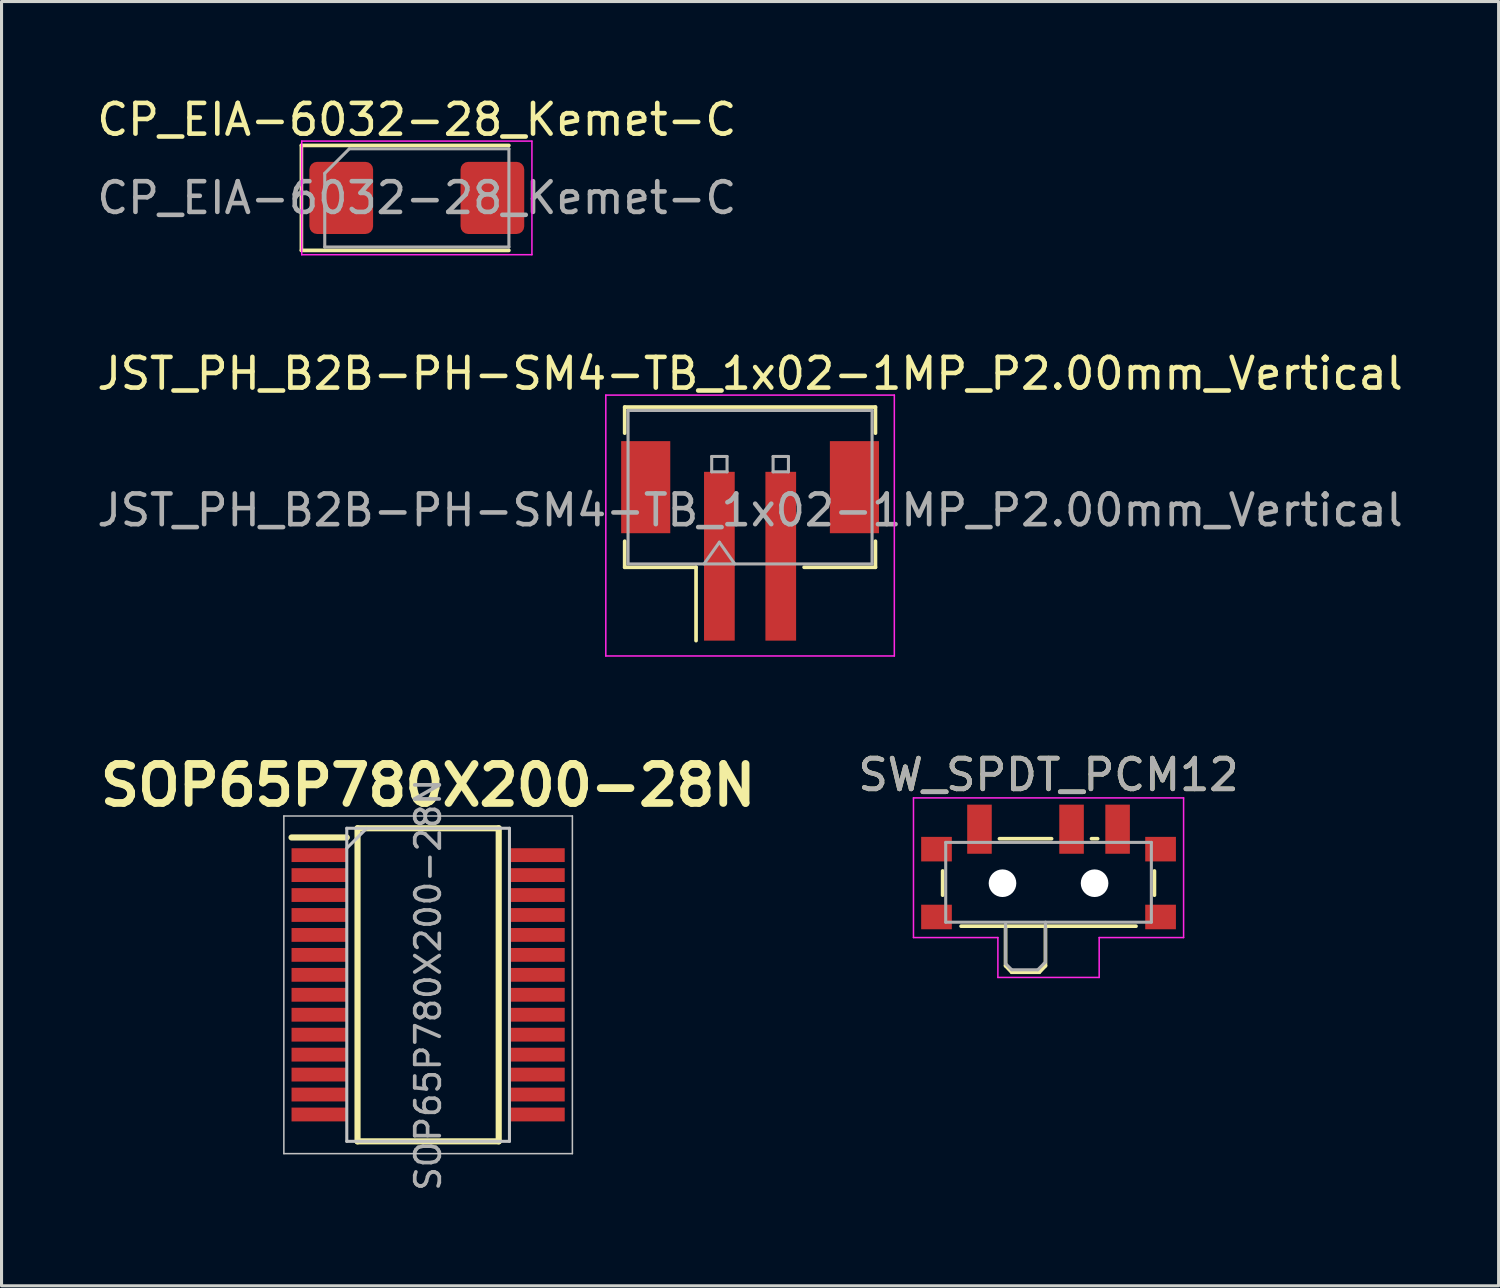
<source format=kicad_pcb>
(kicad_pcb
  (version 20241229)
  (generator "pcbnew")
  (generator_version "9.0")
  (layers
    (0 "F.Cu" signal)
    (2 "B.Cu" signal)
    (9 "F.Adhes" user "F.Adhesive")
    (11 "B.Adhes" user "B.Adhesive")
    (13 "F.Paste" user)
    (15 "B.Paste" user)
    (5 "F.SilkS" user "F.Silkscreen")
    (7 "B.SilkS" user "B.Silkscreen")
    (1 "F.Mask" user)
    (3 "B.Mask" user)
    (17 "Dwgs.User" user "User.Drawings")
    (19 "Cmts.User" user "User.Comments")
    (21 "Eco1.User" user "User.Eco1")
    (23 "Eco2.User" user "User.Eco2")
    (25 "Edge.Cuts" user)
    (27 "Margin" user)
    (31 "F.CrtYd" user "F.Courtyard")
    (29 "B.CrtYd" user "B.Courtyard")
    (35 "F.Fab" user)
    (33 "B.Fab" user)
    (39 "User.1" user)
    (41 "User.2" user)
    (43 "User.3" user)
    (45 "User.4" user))
  (footprint "JST_PH_B2B-PH-SM4-TB_1x02-1MP_P2.00mm_Vertical"
    (layer "F.Cu")
    (at 21.387 14.572)
    (property "Reference" "JST_PH_B2B-PH-SM4-TB_1x02-1MP_P2.00mm_Vertical" (at 0 -5.45 0) (layer "F.SilkS") (effects (font (size 1 1) (thickness 0.15))))
    (attr smd)
    (fp_line (start -4.085 -4.36) (end 4.085 -4.36) (stroke (width 0.12) (type solid)) (layer "F.SilkS"))
    (fp_line (start -4.085 -3.51) (end -4.085 -4.36) (stroke (width 0.12) (type solid)) (layer "F.SilkS"))
    (fp_line (start -4.085 0.01) (end -4.085 0.86) (stroke (width 0.12) (type solid)) (layer "F.SilkS"))
    (fp_line (start -4.085 0.86) (end -1.76 0.86) (stroke (width 0.12) (type solid)) (layer "F.SilkS"))
    (fp_line (start -1.76 0.86) (end -1.76 3.25) (stroke (width 0.12) (type solid)) (layer "F.SilkS"))
    (fp_line (start 4.085 -4.36) (end 4.085 -3.51) (stroke (width 0.12) (type solid)) (layer "F.SilkS"))
    (fp_line (start 4.085 0.01) (end 4.085 0.86) (stroke (width 0.12) (type solid)) (layer "F.SilkS"))
    (fp_line (start 4.085 0.86) (end 1.76 0.86) (stroke (width 0.12) (type solid)) (layer "F.SilkS"))
    (fp_line (start -4.7 -4.75) (end -4.7 3.75) (stroke (width 0.05) (type solid)) (layer "F.CrtYd"))
    (fp_line (start -4.7 3.75) (end 4.7 3.75) (stroke (width 0.05) (type solid)) (layer "F.CrtYd"))
    (fp_line (start 4.7 -4.75) (end -4.7 -4.75) (stroke (width 0.05) (type solid)) (layer "F.CrtYd"))
    (fp_line (start 4.7 3.75) (end 4.7 -4.75) (stroke (width 0.05) (type solid)) (layer "F.CrtYd"))
    (fp_line (start -3.975 -4.25) (end 3.975 -4.25) (stroke (width 0.1) (type solid)) (layer "F.Fab"))
    (fp_line (start -3.975 0.75) (end -3.975 -4.25) (stroke (width 0.1) (type solid)) (layer "F.Fab"))
    (fp_line (start -3.975 0.75) (end 3.975 0.75) (stroke (width 0.1) (type solid)) (layer "F.Fab"))
    (fp_line (start -1.5 0.75) (end -1 0.043) (stroke (width 0.1) (type solid)) (layer "F.Fab"))
    (fp_line (start -1.25 -2.75) (end -1.25 -2.25) (stroke (width 0.1) (type solid)) (layer "F.Fab"))
    (fp_line (start -1.25 -2.25) (end -0.75 -2.25) (stroke (width 0.1) (type solid)) (layer "F.Fab"))
    (fp_line (start -1 0.043) (end -0.5 0.75) (stroke (width 0.1) (type solid)) (layer "F.Fab"))
    (fp_line (start -0.75 -2.75) (end -1.25 -2.75) (stroke (width 0.1) (type solid)) (layer "F.Fab"))
    (fp_line (start -0.75 -2.25) (end -0.75 -2.75) (stroke (width 0.1) (type solid)) (layer "F.Fab"))
    (fp_line (start 0.75 -2.75) (end 0.75 -2.25) (stroke (width 0.1) (type solid)) (layer "F.Fab"))
    (fp_line (start 0.75 -2.25) (end 1.25 -2.25) (stroke (width 0.1) (type solid)) (layer "F.Fab"))
    (fp_line (start 1.25 -2.75) (end 0.75 -2.75) (stroke (width 0.1) (type solid)) (layer "F.Fab"))
    (fp_line (start 1.25 -2.25) (end 1.25 -2.75) (stroke (width 0.1) (type solid)) (layer "F.Fab"))
    (fp_line (start 3.975 0.75) (end 3.975 -4.25) (stroke (width 0.1) (type solid)) (layer "F.Fab"))
    (fp_text user "${REFERENCE}" (at 0 -1 0) (layer "F.Fab") (effects (font (size 1 1) (thickness 0.15))))
    (pad "1" smd rect (at -1 0.5) (size 1 5.5) (layers "F.Cu" "F.Mask" "F.Paste"))
    (pad "2" smd rect (at 1 0.5) (size 1 5.5) (layers "F.Cu" "F.Mask" "F.Paste"))
    (pad "MP" smd rect (at -3.4 -1.75) (size 1.6 3) (layers "F.Cu" "F.Mask" "F.Paste"))
    (pad "MP" smd rect (at 3.4 -1.75) (size 1.6 3) (layers "F.Cu" "F.Mask" "F.Paste")))
  (footprint "SW_SPDT_PCM12"
    (layer "F.Cu")
    (at 31.111 25.725)
    (property "Reference" "SW_SPDT_PCM12" (at 0 -3.53 0) (layer "F.SilkS") (effects (font (size 1 1) (thickness 0.15))))
    (attr smd)
    (fp_line (start -3.45 -0.4) (end -3.45 0.39) (stroke (width 0.12) (type solid)) (layer "F.SilkS"))
    (fp_line (start -2.85 1.4) (end 2.85 1.4) (stroke (width 0.12) (type solid)) (layer "F.SilkS"))
    (fp_line (start -1.6 -1.45) (end 0.1 -1.45) (stroke (width 0.12) (type solid)) (layer "F.SilkS"))
    (fp_line (start -1.4 1.4) (end -1.4 2.69) (stroke (width 0.12) (type solid)) (layer "F.SilkS"))
    (fp_line (start -1.4 2.69) (end -1.2 2.9) (stroke (width 0.12) (type solid)) (layer "F.SilkS"))
    (fp_line (start -1.2 2.9) (end -0.3 2.9) (stroke (width 0.12) (type solid)) (layer "F.SilkS"))
    (fp_line (start -0.1 2.69) (end -0.3 2.9) (stroke (width 0.12) (type solid)) (layer "F.SilkS"))
    (fp_line (start -0.1 2.69) (end -0.1 1.4) (stroke (width 0.12) (type solid)) (layer "F.SilkS"))
    (fp_line (start 1.4 -1.45) (end 1.6 -1.45) (stroke (width 0.12) (type solid)) (layer "F.SilkS"))
    (fp_line (start 3.45 0.39) (end 3.45 -0.4) (stroke (width 0.12) (type solid)) (layer "F.SilkS"))
    (fp_line (start -4.4 -2.78) (end 4.4 -2.78) (stroke (width 0.05) (type solid)) (layer "F.CrtYd"))
    (fp_line (start -4.4 1.77) (end -4.4 -2.78) (stroke (width 0.05) (type solid)) (layer "F.CrtYd"))
    (fp_line (start -1.65 1.77) (end -4.4 1.77) (stroke (width 0.05) (type solid)) (layer "F.CrtYd"))
    (fp_line (start -1.65 3.07) (end -1.65 1.77) (stroke (width 0.05) (type solid)) (layer "F.CrtYd"))
    (fp_line (start 1.65 1.77) (end 1.65 3.07) (stroke (width 0.05) (type solid)) (layer "F.CrtYd"))
    (fp_line (start 1.65 3.07) (end -1.65 3.07) (stroke (width 0.05) (type solid)) (layer "F.CrtYd"))
    (fp_line (start 4.4 -2.78) (end 4.4 1.77) (stroke (width 0.05) (type solid)) (layer "F.CrtYd"))
    (fp_line (start 4.4 1.77) (end 1.65 1.77) (stroke (width 0.05) (type solid)) (layer "F.CrtYd"))
    (fp_line (start -3.35 -1.33) (end -3.35 1.27) (stroke (width 0.1) (type solid)) (layer "F.Fab"))
    (fp_line (start -3.35 1.27) (end 3.35 1.27) (stroke (width 0.1) (type solid)) (layer "F.Fab"))
    (fp_line (start -1.4 1.32) (end -1.4 2.62) (stroke (width 0.1) (type solid)) (layer "F.Fab"))
    (fp_line (start -1.4 2.62) (end -1.2 2.82) (stroke (width 0.1) (type solid)) (layer "F.Fab"))
    (fp_line (start -1.2 2.82) (end -0.35 2.82) (stroke (width 0.1) (type solid)) (layer "F.Fab"))
    (fp_line (start -0.35 2.82) (end -0.15 2.62) (stroke (width 0.1) (type solid)) (layer "F.Fab"))
    (fp_line (start -0.15 2.62) (end -0.1 2.57) (stroke (width 0.1) (type solid)) (layer "F.Fab"))
    (fp_line (start -0.1 2.57) (end -0.1 1.27) (stroke (width 0.1) (type solid)) (layer "F.Fab"))
    (fp_line (start 3.35 -1.33) (end -3.35 -1.33) (stroke (width 0.1) (type solid)) (layer "F.Fab"))
    (fp_line (start 3.35 1.27) (end 3.35 -1.33) (stroke (width 0.1) (type solid)) (layer "F.Fab"))
    (fp_text user "${REFERENCE}" (at 0 -3.53 0) (layer "F.Fab") (effects (font (size 1 1) (thickness 0.15))))
    (pad "" smd rect (at -3.65 -1.11) (size 1 0.8) (layers "F.Cu" "F.Mask" "F.Paste"))
    (pad "" smd rect (at -3.65 1.1) (size 1 0.8) (layers "F.Cu" "F.Mask" "F.Paste"))
    (pad "" np_thru_hole circle (at -1.5 0) (size 0.9 0.9) (drill 0.9) (layers "*.Cu" "*.Mask"))
    (pad "" np_thru_hole circle (at 1.5 0) (size 0.9 0.9) (drill 0.9) (layers "*.Cu" "*.Mask"))
    (pad "" smd rect (at 3.65 -1.11) (size 1 0.8) (layers "F.Cu" "F.Mask" "F.Paste"))
    (pad "" smd rect (at 3.65 1.1) (size 1 0.8) (layers "F.Cu" "F.Mask" "F.Paste"))
    (pad "1" smd rect (at -2.25 -1.76) (size 0.8 1.6) (layers "F.Cu" "F.Mask" "F.Paste"))
    (pad "2" smd rect (at 0.75 -1.76) (size 0.8 1.6) (layers "F.Cu" "F.Mask" "F.Paste"))
    (pad "3" smd rect (at 2.25 -1.76) (size 0.8 1.6) (layers "F.Cu" "F.Mask" "F.Paste")))
  (footprint "CP_EIA-6032-28_Kemet-C"
    (layer "F.Cu")
    (at 10.53 3.398)
    (property "Reference" "CP_EIA-6032-28_Kemet-C" (at 0 -2.55 0) (layer "F.SilkS") (effects (font (size 1 1) (thickness 0.15))))
    (attr smd)
    (fp_line (start -3.76 -1.71) (end -3.76 1.71) (stroke (width 0.12) (type solid)) (layer "F.SilkS"))
    (fp_line (start -3.76 1.71) (end 3 1.71) (stroke (width 0.12) (type solid)) (layer "F.SilkS"))
    (fp_line (start 3 -1.71) (end -3.76 -1.71) (stroke (width 0.12) (type solid)) (layer "F.SilkS"))
    (fp_line (start -3.75 -1.85) (end 3.75 -1.85) (stroke (width 0.05) (type solid)) (layer "F.CrtYd"))
    (fp_line (start -3.75 1.85) (end -3.75 -1.85) (stroke (width 0.05) (type solid)) (layer "F.CrtYd"))
    (fp_line (start 3.75 -1.85) (end 3.75 1.85) (stroke (width 0.05) (type solid)) (layer "F.CrtYd"))
    (fp_line (start 3.75 1.85) (end -3.75 1.85) (stroke (width 0.05) (type solid)) (layer "F.CrtYd"))
    (fp_line (start -3 -0.8) (end -3 1.6) (stroke (width 0.1) (type solid)) (layer "F.Fab"))
    (fp_line (start -3 1.6) (end 3 1.6) (stroke (width 0.1) (type solid)) (layer "F.Fab"))
    (fp_line (start -2.2 -1.6) (end -3 -0.8) (stroke (width 0.1) (type solid)) (layer "F.Fab"))
    (fp_line (start 3 -1.6) (end -2.2 -1.6) (stroke (width 0.1) (type solid)) (layer "F.Fab"))
    (fp_line (start 3 1.6) (end 3 -1.6) (stroke (width 0.1) (type solid)) (layer "F.Fab"))
    (fp_text user "${REFERENCE}" (at 0 0 0) (layer "F.Fab") (effects (font (size 1 1) (thickness 0.15))))
    (pad "1" smd roundrect (at -2.462 0) (size 2.075 2.35) (layers "F.Cu" "F.Mask" "F.Paste") (roundrect_rratio 0.12))
    (pad "2" smd roundrect (at 2.462 0) (size 2.075 2.35) (layers "F.Cu" "F.Mask" "F.Paste") (roundrect_rratio 0.12)))
  (footprint "SOP65P780X200-28N"
    (layer "F.Cu")
    (at 10.898 29.035)
    (property "Reference" "SOP65P780X200-28N" (at 0 -6.5 0) (layer "F.SilkS") (effects (font (size 1.27 1.27) (thickness 0.254))))
    (attr smd)
    (fp_line (start -4.45 -4.8) (end -2.65 -4.8) (stroke (width 0.2) (type solid)) (layer "F.SilkS"))
    (fp_line (start -2.3 -5.1) (end 2.3 -5.1) (stroke (width 0.2) (type solid)) (layer "F.SilkS"))
    (fp_line (start -2.3 5.1) (end -2.3 -5.1) (stroke (width 0.2) (type solid)) (layer "F.SilkS"))
    (fp_line (start 2.3 -5.1) (end 2.3 5.1) (stroke (width 0.2) (type solid)) (layer "F.SilkS"))
    (fp_line (start 2.3 5.1) (end -2.3 5.1) (stroke (width 0.2) (type solid)) (layer "F.SilkS"))
    (fp_line (start -4.7 -5.5) (end 4.7 -5.5) (stroke (width 0.05) (type solid)) (layer "Dwgs.User"))
    (fp_line (start -4.7 5.5) (end -4.7 -5.5) (stroke (width 0.05) (type solid)) (layer "Dwgs.User"))
    (fp_line (start -2.65 -5.1) (end 2.65 -5.1) (stroke (width 0.1) (type solid)) (layer "Dwgs.User"))
    (fp_line (start -2.65 -4.45) (end -2 -5.1) (stroke (width 0.1) (type solid)) (layer "Dwgs.User"))
    (fp_line (start -2.65 5.1) (end -2.65 -5.1) (stroke (width 0.1) (type solid)) (layer "Dwgs.User"))
    (fp_line (start 2.65 -5.1) (end 2.65 5.1) (stroke (width 0.1) (type solid)) (layer "Dwgs.User"))
    (fp_line (start 2.65 5.1) (end -2.65 5.1) (stroke (width 0.1) (type solid)) (layer "Dwgs.User"))
    (fp_line (start 4.7 -5.5) (end 4.7 5.5) (stroke (width 0.05) (type solid)) (layer "Dwgs.User"))
    (fp_line (start 4.7 5.5) (end -4.7 5.5) (stroke (width 0.05) (type solid)) (layer "Dwgs.User"))
    (fp_text user "${REFERENCE}" (at 0 0 90) (layer "F.Fab") (effects (font (size 0.8 0.8) (thickness 0.12))))
    (pad "1" smd rect (at -3.55 -4.225 90) (size 0.45 1.8) (layers "F.Cu" "F.Mask" "F.Paste"))
    (pad "2" smd rect (at -3.55 -3.575 90) (size 0.45 1.8) (layers "F.Cu" "F.Mask" "F.Paste"))
    (pad "3" smd rect (at -3.55 -2.925 90) (size 0.45 1.8) (layers "F.Cu" "F.Mask" "F.Paste"))
    (pad "4" smd rect (at -3.55 -2.275 90) (size 0.45 1.8) (layers "F.Cu" "F.Mask" "F.Paste"))
    (pad "5" smd rect (at -3.55 -1.625 90) (size 0.45 1.8) (layers "F.Cu" "F.Mask" "F.Paste"))
    (pad "6" smd rect (at -3.55 -0.975 90) (size 0.45 1.8) (layers "F.Cu" "F.Mask" "F.Paste"))
    (pad "7" smd rect (at -3.55 -0.325 90) (size 0.45 1.8) (layers "F.Cu" "F.Mask" "F.Paste"))
    (pad "8" smd rect (at -3.55 0.325 90) (size 0.45 1.8) (layers "F.Cu" "F.Mask" "F.Paste"))
    (pad "9" smd rect (at -3.55 0.975 90) (size 0.45 1.8) (layers "F.Cu" "F.Mask" "F.Paste"))
    (pad "10" smd rect (at -3.55 1.625 90) (size 0.45 1.8) (layers "F.Cu" "F.Mask" "F.Paste"))
    (pad "11" smd rect (at -3.55 2.275 90) (size 0.45 1.8) (layers "F.Cu" "F.Mask" "F.Paste"))
    (pad "12" smd rect (at -3.55 2.925 90) (size 0.45 1.8) (layers "F.Cu" "F.Mask" "F.Paste"))
    (pad "13" smd rect (at -3.55 3.575 90) (size 0.45 1.8) (layers "F.Cu" "F.Mask" "F.Paste"))
    (pad "14" smd rect (at -3.55 4.225 90) (size 0.45 1.8) (layers "F.Cu" "F.Mask" "F.Paste"))
    (pad "15" smd rect (at 3.55 4.225 90) (size 0.45 1.8) (layers "F.Cu" "F.Mask" "F.Paste"))
    (pad "16" smd rect (at 3.55 3.575 90) (size 0.45 1.8) (layers "F.Cu" "F.Mask" "F.Paste"))
    (pad "17" smd rect (at 3.55 2.925 90) (size 0.45 1.8) (layers "F.Cu" "F.Mask" "F.Paste"))
    (pad "18" smd rect (at 3.55 2.275 90) (size 0.45 1.8) (layers "F.Cu" "F.Mask" "F.Paste"))
    (pad "19" smd rect (at 3.55 1.625 90) (size 0.45 1.8) (layers "F.Cu" "F.Mask" "F.Paste"))
    (pad "20" smd rect (at 3.55 0.975 90) (size 0.45 1.8) (layers "F.Cu" "F.Mask" "F.Paste"))
    (pad "21" smd rect (at 3.55 0.325 90) (size 0.45 1.8) (layers "F.Cu" "F.Mask" "F.Paste"))
    (pad "22" smd rect (at 3.55 -0.325 90) (size 0.45 1.8) (layers "F.Cu" "F.Mask" "F.Paste"))
    (pad "23" smd rect (at 3.55 -0.975 90) (size 0.45 1.8) (layers "F.Cu" "F.Mask" "F.Paste"))
    (pad "24" smd rect (at 3.55 -1.625 90) (size 0.45 1.8) (layers "F.Cu" "F.Mask" "F.Paste"))
    (pad "25" smd rect (at 3.55 -2.275 90) (size 0.45 1.8) (layers "F.Cu" "F.Mask" "F.Paste"))
    (pad "26" smd rect (at 3.55 -2.925 90) (size 0.45 1.8) (layers "F.Cu" "F.Mask" "F.Paste"))
    (pad "27" smd rect (at 3.55 -3.575 90) (size 0.45 1.8) (layers "F.Cu" "F.Mask" "F.Paste"))
    (pad "28" smd rect (at 3.55 -4.225 90) (size 0.45 1.8) (layers "F.Cu" "F.Mask" "F.Paste")))
  (gr_rect
    (start -3 -3)
    (end 45.774 38.84)
    (stroke (width 0.1) (type default))
    (fill no)
    (layer "Edge.Cuts")))
</source>
